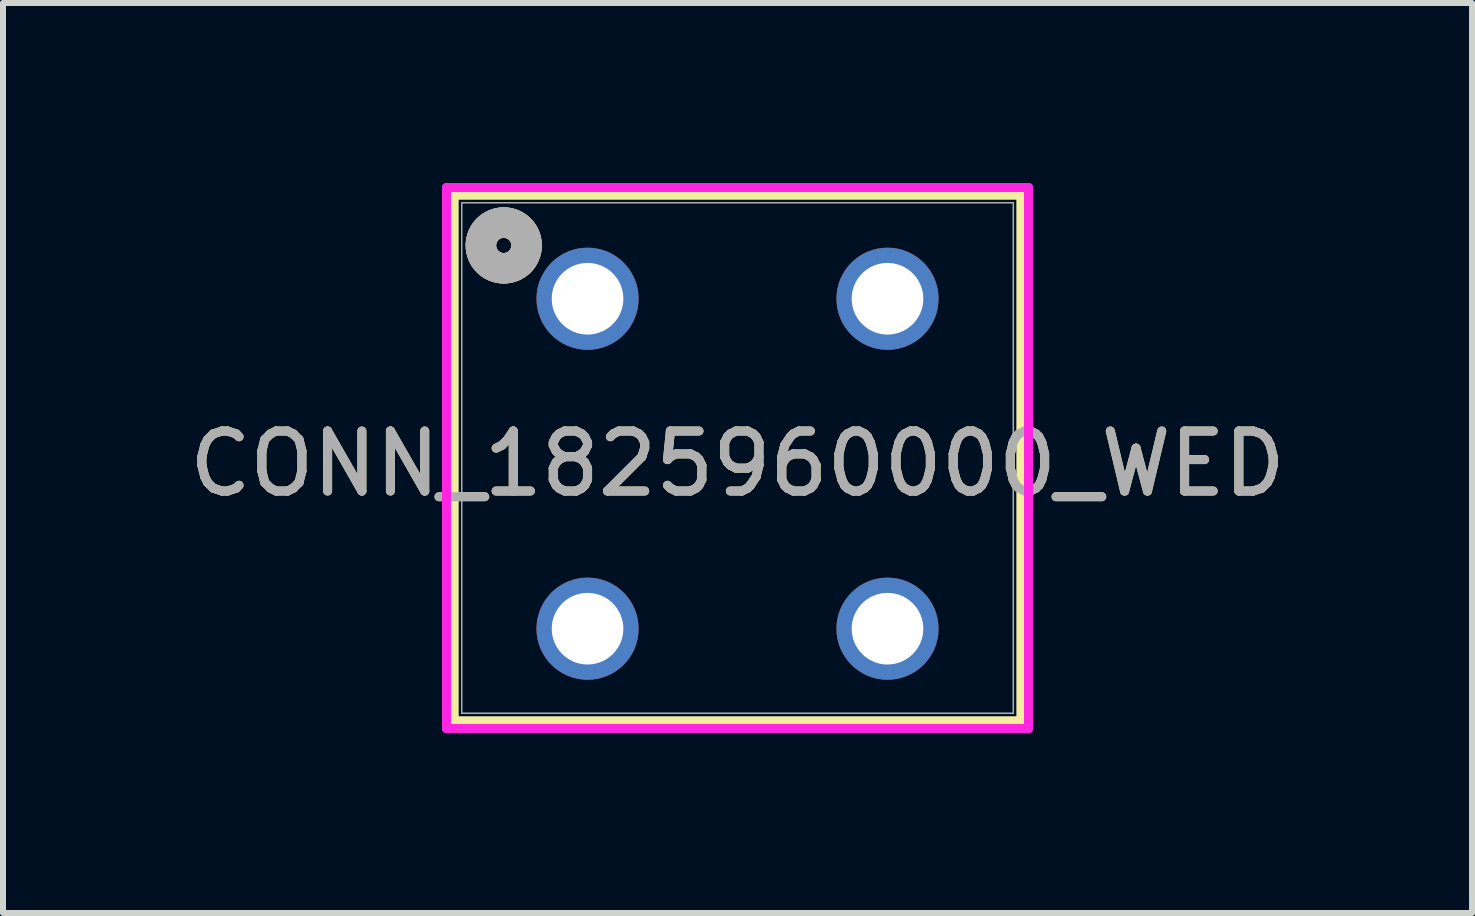
<source format=kicad_pcb>
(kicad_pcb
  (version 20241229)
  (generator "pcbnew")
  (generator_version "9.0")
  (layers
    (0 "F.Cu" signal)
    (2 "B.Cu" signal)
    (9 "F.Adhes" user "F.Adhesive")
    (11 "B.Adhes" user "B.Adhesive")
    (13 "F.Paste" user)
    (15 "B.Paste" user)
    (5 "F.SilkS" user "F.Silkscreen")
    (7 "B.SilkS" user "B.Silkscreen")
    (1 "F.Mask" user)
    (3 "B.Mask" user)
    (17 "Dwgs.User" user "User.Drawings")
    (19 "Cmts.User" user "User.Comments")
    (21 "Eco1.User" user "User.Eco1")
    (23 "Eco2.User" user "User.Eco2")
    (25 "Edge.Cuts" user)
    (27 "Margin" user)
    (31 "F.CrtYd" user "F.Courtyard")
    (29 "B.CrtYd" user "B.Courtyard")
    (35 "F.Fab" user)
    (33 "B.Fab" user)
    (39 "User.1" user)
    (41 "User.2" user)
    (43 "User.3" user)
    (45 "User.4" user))
  (footprint "CONN_1825960000_WED"
    (layer "F.Cu")
    (at 6.744 1.93)
    (property "Reference" "CONN_1825960000_WED" (at 2.5 2.75 0) (unlocked yes) (layer "F.SilkS") (effects (font (size 1 1) (thickness 0.15))))
    (attr through_hole)
    (fp_line (start -2.224 -1.727) (end -2.224 7.036) (stroke (width 0.152) (type solid)) (layer "F.SilkS"))
    (fp_line (start -2.224 7.036) (end 7.224 7.036) (stroke (width 0.152) (type solid)) (layer "F.SilkS"))
    (fp_line (start 7.224 -1.727) (end -2.224 -1.727) (stroke (width 0.152) (type solid)) (layer "F.SilkS"))
    (fp_line (start 7.224 7.036) (end 7.224 -1.727) (stroke (width 0.152) (type solid)) (layer "F.SilkS"))
    (fp_circle (center -1.397 -0.889) (end -1.016 -0.889) (stroke (width 0.508) (type solid)) (fill no) (layer "F.SilkS"))
    (fp_circle (center -1.397 -0.889) (end -1.016 -0.889) (stroke (width 0.508) (type solid)) (fill no) (layer "B.SilkS"))
    (fp_line (start -2.351 -1.854) (end -2.351 7.163) (stroke (width 0.152) (type solid)) (layer "F.CrtYd"))
    (fp_line (start -2.351 7.163) (end 7.351 7.163) (stroke (width 0.152) (type solid)) (layer "F.CrtYd"))
    (fp_line (start 7.351 -1.854) (end -2.351 -1.854) (stroke (width 0.152) (type solid)) (layer "F.CrtYd"))
    (fp_line (start 7.351 7.163) (end 7.351 -1.854) (stroke (width 0.152) (type solid)) (layer "F.CrtYd"))
    (fp_line (start -2.097 -1.6) (end -2.097 6.909) (stroke (width 0.025) (type solid)) (layer "F.Fab"))
    (fp_line (start -2.097 6.909) (end 7.097 6.909) (stroke (width 0.025) (type solid)) (layer "F.Fab"))
    (fp_line (start 7.097 -1.6) (end -2.097 -1.6) (stroke (width 0.025) (type solid)) (layer "F.Fab"))
    (fp_line (start 7.097 6.909) (end 7.097 -1.6) (stroke (width 0.025) (type solid)) (layer "F.Fab"))
    (fp_circle (center -1.397 -0.889) (end -1.016 -0.889) (stroke (width 0.508) (type solid)) (fill no) (layer "F.Fab"))
    (fp_text user "${REFERENCE}" (at 2.5 2.75 0) (unlocked yes) (layer "F.Fab") (effects (font (size 1 1) (thickness 0.15))))
    (pad "1" thru_hole circle (at 0 0) (size 1.702 1.702) (drill 1.194) (layers "*.Cu" "*.Mask"))
    (pad "2" thru_hole circle (at 0 5.5) (size 1.702 1.702) (drill 1.194) (layers "*.Cu" "*.Mask"))
    (pad "3" thru_hole circle (at 5 0) (size 1.702 1.702) (drill 1.194) (layers "*.Cu" "*.Mask"))
    (pad "4" thru_hole circle (at 5 5.5) (size 1.702 1.702) (drill 1.194) (layers "*.Cu" "*.Mask")))
  (gr_rect
    (start -3 -3)
    (end 21.488 12.169)
    (stroke (width 0.1) (type default))
    (fill no)
    (layer "Edge.Cuts")))
</source>
